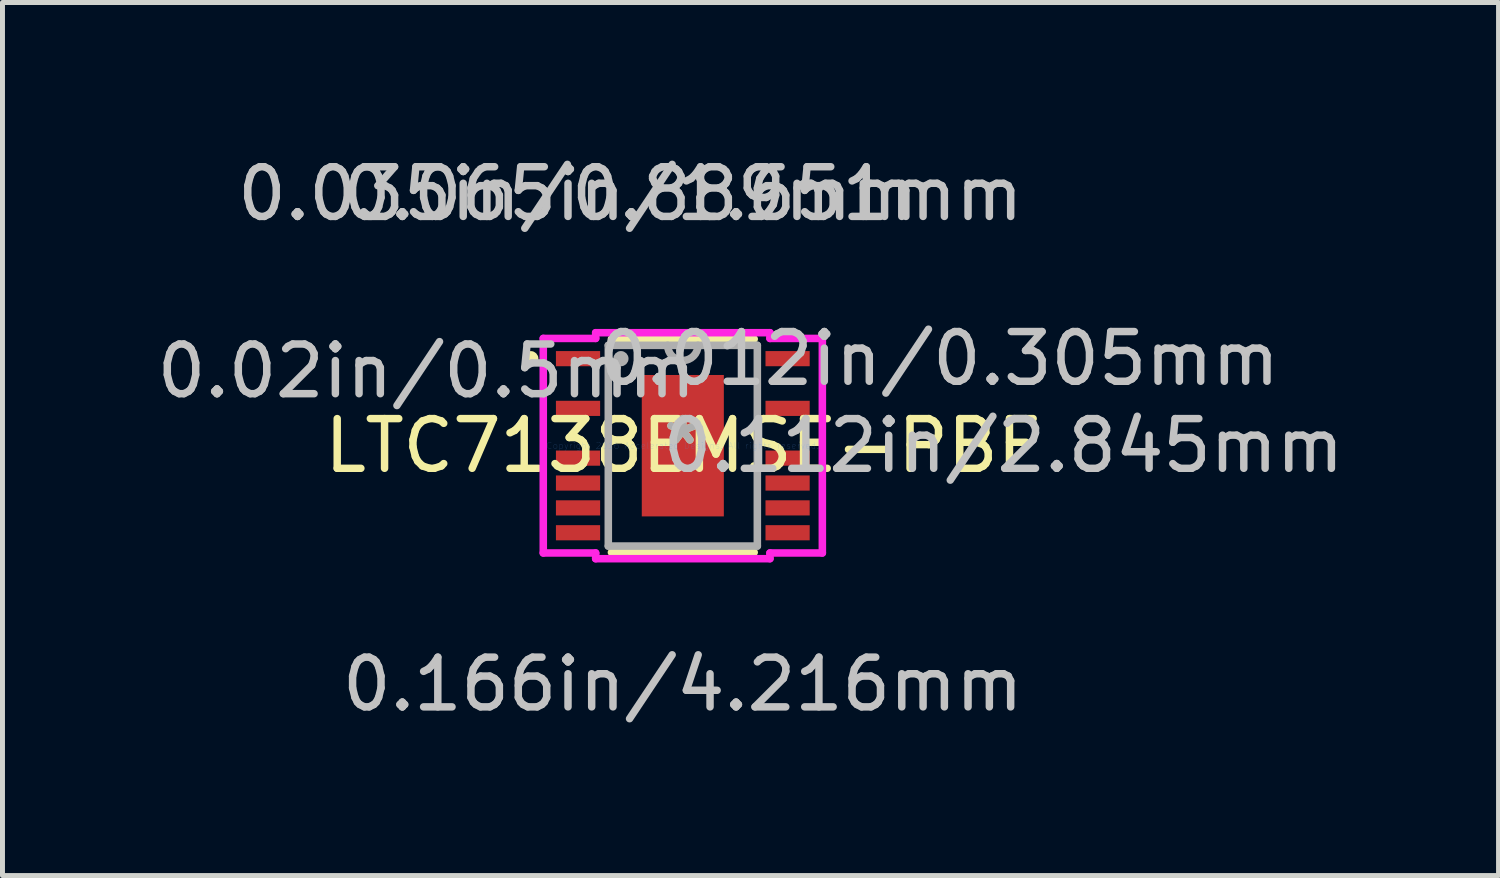
<source format=kicad_pcb>
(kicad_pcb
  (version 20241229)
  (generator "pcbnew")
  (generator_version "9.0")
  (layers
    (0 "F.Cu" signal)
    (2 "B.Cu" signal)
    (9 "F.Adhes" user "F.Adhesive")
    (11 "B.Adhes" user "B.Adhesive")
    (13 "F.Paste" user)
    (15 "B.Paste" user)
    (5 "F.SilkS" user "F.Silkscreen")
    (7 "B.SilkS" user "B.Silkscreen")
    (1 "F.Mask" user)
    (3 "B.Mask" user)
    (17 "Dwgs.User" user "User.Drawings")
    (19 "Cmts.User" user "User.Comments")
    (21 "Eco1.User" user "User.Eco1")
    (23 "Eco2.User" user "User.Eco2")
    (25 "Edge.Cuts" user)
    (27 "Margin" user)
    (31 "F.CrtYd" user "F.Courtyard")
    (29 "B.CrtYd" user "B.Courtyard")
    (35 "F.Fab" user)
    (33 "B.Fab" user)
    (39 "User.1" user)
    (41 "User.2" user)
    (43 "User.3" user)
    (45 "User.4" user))
  (footprint "LTC7138EMSE-PBF"
    (layer "F.Cu")
    (at 10.686 5.916)
    (property "Reference" "LTC7138EMSE-PBF" (at 0 0 0) (layer "F.SilkS") (effects (font (size 1 1) (thickness 0.15))))
    (attr through_hole)
    (fp_line (start -1.436 2.146) (end 1.436 2.146) (stroke (width 0.152) (type solid)) (layer "F.SilkS"))
    (fp_line (start 1.436 -2.146) (end -1.436 -2.146) (stroke (width 0.152) (type solid)) (layer "F.SilkS"))
    (fp_circle (center -3.057 -1.751) (end -2.981 -1.751) (stroke (width 0.152) (type solid)) (fill no) (layer "F.SilkS"))
    (fp_line (start -0.726 -1.322) (end -0.726 -0.1) (stroke (width 0.152) (type solid)) (layer "F.Paste"))
    (fp_line (start -0.726 -0.1) (end 0.726 -0.1) (stroke (width 0.152) (type solid)) (layer "F.Paste"))
    (fp_line (start -0.726 0.1) (end -0.726 1.322) (stroke (width 0.152) (type solid)) (layer "F.Paste"))
    (fp_line (start -0.726 1.322) (end 0.726 1.322) (stroke (width 0.152) (type solid)) (layer "F.Paste"))
    (fp_line (start 0.726 -1.322) (end -0.726 -1.322) (stroke (width 0.152) (type solid)) (layer "F.Paste"))
    (fp_line (start 0.726 -0.1) (end 0.726 -1.322) (stroke (width 0.152) (type solid)) (layer "F.Paste"))
    (fp_line (start 0.726 0.1) (end -0.726 0.1) (stroke (width 0.152) (type solid)) (layer "F.Paste"))
    (fp_line (start 0.726 1.322) (end 0.726 0.1) (stroke (width 0.152) (type solid)) (layer "F.Paste"))
    (fp_line (start -2.807 -2.158) (end -1.753 -2.158) (stroke (width 0.152) (type solid)) (layer "F.CrtYd"))
    (fp_line (start -2.807 2.158) (end -2.807 -2.158) (stroke (width 0.152) (type solid)) (layer "F.CrtYd"))
    (fp_line (start -1.753 -2.273) (end 1.753 -2.273) (stroke (width 0.152) (type solid)) (layer "F.CrtYd"))
    (fp_line (start -1.753 -2.158) (end -1.753 -2.273) (stroke (width 0.152) (type solid)) (layer "F.CrtYd"))
    (fp_line (start -1.753 2.158) (end -2.807 2.158) (stroke (width 0.152) (type solid)) (layer "F.CrtYd"))
    (fp_line (start -1.753 2.273) (end -1.753 2.158) (stroke (width 0.152) (type solid)) (layer "F.CrtYd"))
    (fp_line (start 1.753 -2.273) (end 1.753 -2.158) (stroke (width 0.152) (type solid)) (layer "F.CrtYd"))
    (fp_line (start 1.753 -2.158) (end 2.807 -2.158) (stroke (width 0.152) (type solid)) (layer "F.CrtYd"))
    (fp_line (start 1.753 2.158) (end 1.753 2.273) (stroke (width 0.152) (type solid)) (layer "F.CrtYd"))
    (fp_line (start 1.753 2.273) (end -1.753 2.273) (stroke (width 0.152) (type solid)) (layer "F.CrtYd"))
    (fp_line (start 2.807 -2.158) (end 2.807 2.158) (stroke (width 0.152) (type solid)) (layer "F.CrtYd"))
    (fp_line (start 2.807 2.158) (end 1.753 2.158) (stroke (width 0.152) (type solid)) (layer "F.CrtYd"))
    (fp_line (start -1.499 -2.019) (end -1.499 2.019) (stroke (width 0.152) (type solid)) (layer "F.Fab"))
    (fp_line (start -1.499 2.019) (end 1.499 2.019) (stroke (width 0.152) (type solid)) (layer "F.Fab"))
    (fp_line (start 1.499 -2.019) (end -1.499 -2.019) (stroke (width 0.152) (type solid)) (layer "F.Fab"))
    (fp_line (start 1.499 2.019) (end 1.499 -2.019) (stroke (width 0.152) (type solid)) (layer "F.Fab"))
    (fp_arc (start 0.3048 -2.0193) (mid 0 -1.7145) (end -0.3048 -2.0193) (stroke (width 0.1524) (type solid)) (layer "F.Fab"))
    (fp_circle (center -1.245 -1.751) (end -1.168 -1.751) (stroke (width 0.152) (type solid)) (fill no) (layer "F.Fab"))
    (fp_text user "*" (at 0 0 0) (layer "F.SilkS") (effects (font (size 1 1) (thickness 0.15))))
    (fp_text user "0.012in/0.305mm" (at 5.156 -1.751 0) (layer "Dwgs.User") (effects (font (size 1 1) (thickness 0.15))))
    (fp_text user "0.035in/0.889mm" (at -2.108 -5.067 0) (layer "Dwgs.User") (effects (font (size 1 1) (thickness 0.15))))
    (fp_text user "0.065in/1.651mm" (at 0 -5.067 0) (layer "Dwgs.User") (effects (font (size 1 1) (thickness 0.15))))
    (fp_text user "0.02in/0.5mm" (at -5.156 -1.501 0) (layer "Dwgs.User") (effects (font (size 1 1) (thickness 0.15))))
    (fp_text user "0.166in/4.216mm" (at 0 4.799 0) (layer "Dwgs.User") (effects (font (size 1 1) (thickness 0.15))))
    (fp_text user "0.112in/2.845mm" (at 6.452 0 0) (layer "Dwgs.User") (effects (font (size 1 1) (thickness 0.15))))
    (fp_text user "Copyright 2016 Accelerated Designs. All rights reserved." (at 0 0 0) (layer "Cmts.User") (effects (font (size 0.127 0.127) (thickness 0.002))))
    (fp_text user "*" (at 0 0 0) (layer "F.Fab") (effects (font (size 1 1) (thickness 0.15))))
    (pad "1" smd rect (at -2.108 -1.751) (size 0.889 0.305) (layers "F.Cu" "F.Mask" "F.Paste"))
    (pad "3" smd rect (at -2.108 -0.751) (size 0.889 0.305) (layers "F.Cu" "F.Mask" "F.Paste"))
    (pad "5" smd rect (at -2.108 0.25) (size 0.889 0.305) (layers "F.Cu" "F.Mask" "F.Paste"))
    (pad "6" smd rect (at -2.108 0.751) (size 0.889 0.305) (layers "F.Cu" "F.Mask" "F.Paste"))
    (pad "7" smd rect (at -2.108 1.251) (size 0.889 0.305) (layers "F.Cu" "F.Mask" "F.Paste"))
    (pad "8" smd rect (at -2.108 1.751) (size 0.889 0.305) (layers "F.Cu" "F.Mask" "F.Paste"))
    (pad "9" smd rect (at 2.108 1.751) (size 0.889 0.305) (layers "F.Cu" "F.Mask" "F.Paste"))
    (pad "10" smd rect (at 2.108 1.251) (size 0.889 0.305) (layers "F.Cu" "F.Mask" "F.Paste"))
    (pad "11" smd rect (at 2.108 0.751) (size 0.889 0.305) (layers "F.Cu" "F.Mask" "F.Paste"))
    (pad "12" smd rect (at 2.108 0.25) (size 0.889 0.305) (layers "F.Cu" "F.Mask" "F.Paste"))
    (pad "14" smd rect (at 2.108 -0.751) (size 0.889 0.305) (layers "F.Cu" "F.Mask" "F.Paste"))
    (pad "16" smd rect (at 2.108 -1.751) (size 0.889 0.305) (layers "F.Cu" "F.Mask" "F.Paste"))
    (pad "17" smd rect (at 0 0) (size 1.651 2.845) (layers "F.Cu" "F.Mask" "F.Paste")))
  (gr_rect
    (start -3 -3)
    (end 27.096 14.563)
    (stroke (width 0.1) (type default))
    (fill no)
    (layer "Edge.Cuts")))
</source>
